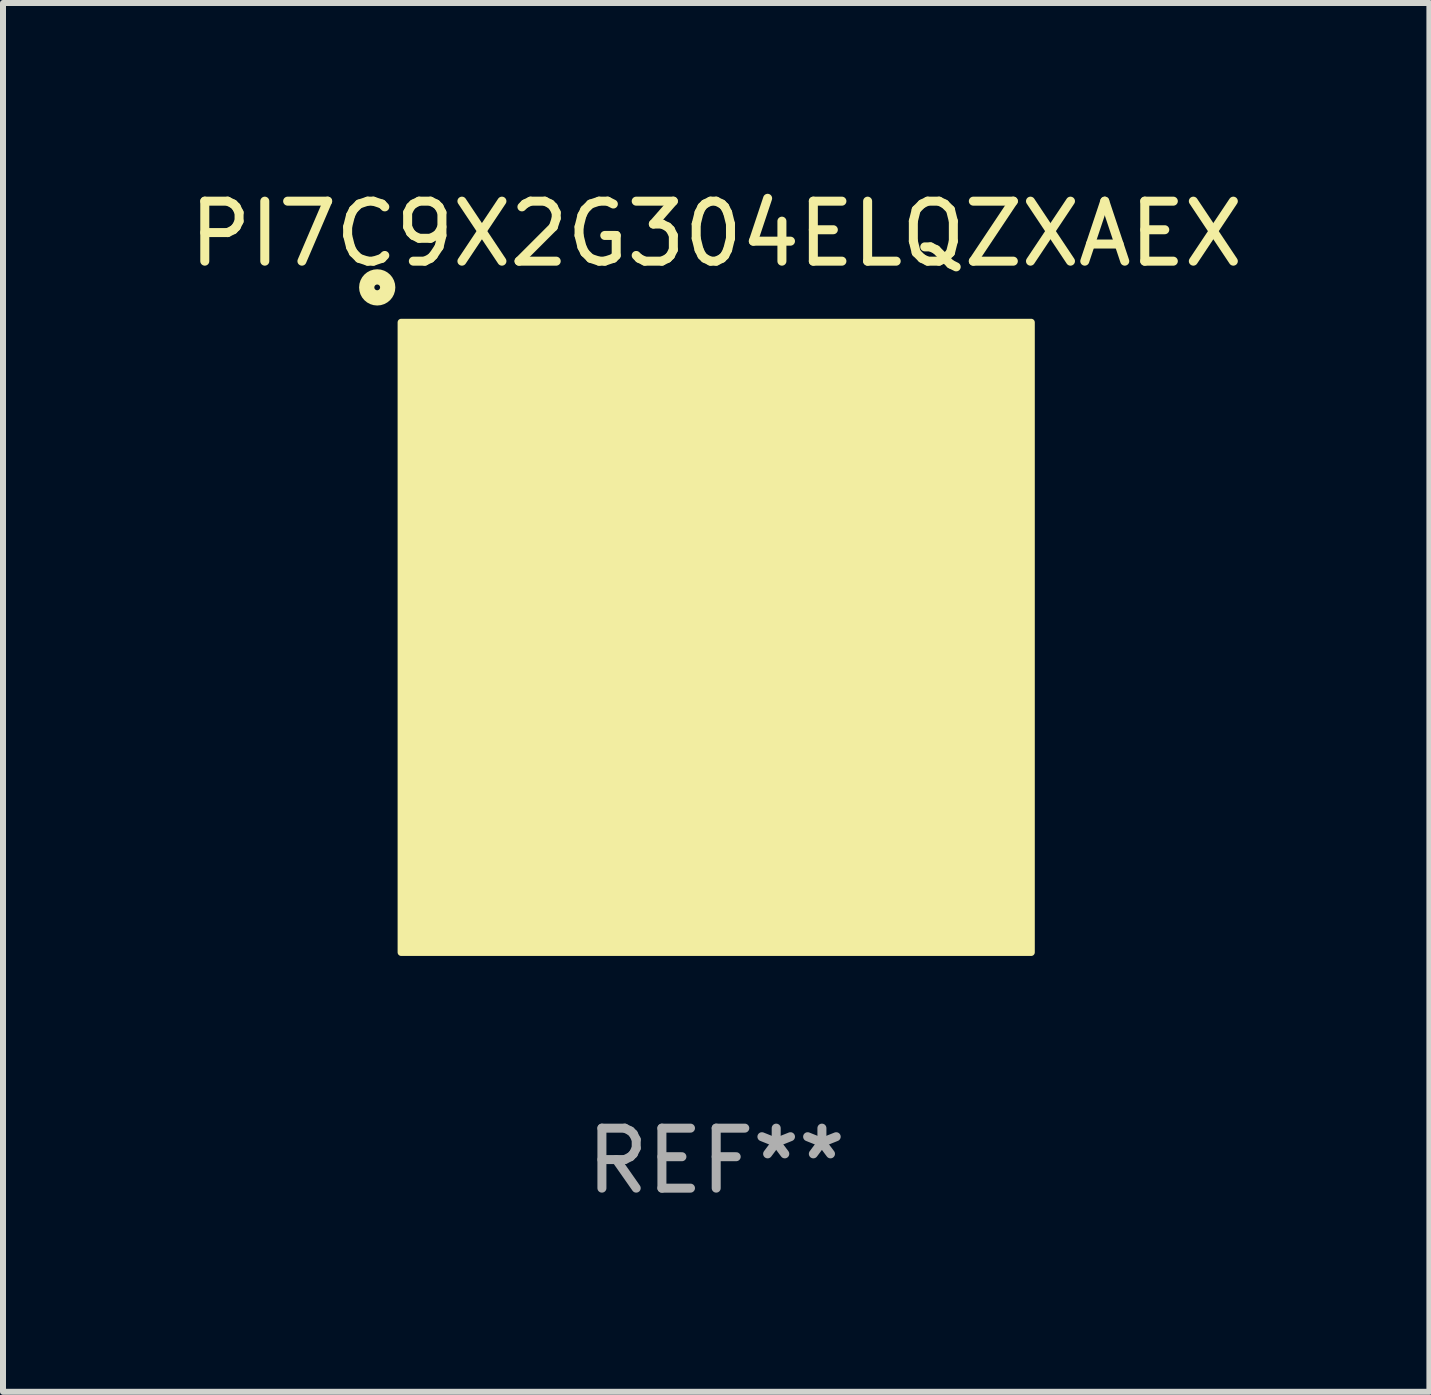
<source format=kicad_pcb>
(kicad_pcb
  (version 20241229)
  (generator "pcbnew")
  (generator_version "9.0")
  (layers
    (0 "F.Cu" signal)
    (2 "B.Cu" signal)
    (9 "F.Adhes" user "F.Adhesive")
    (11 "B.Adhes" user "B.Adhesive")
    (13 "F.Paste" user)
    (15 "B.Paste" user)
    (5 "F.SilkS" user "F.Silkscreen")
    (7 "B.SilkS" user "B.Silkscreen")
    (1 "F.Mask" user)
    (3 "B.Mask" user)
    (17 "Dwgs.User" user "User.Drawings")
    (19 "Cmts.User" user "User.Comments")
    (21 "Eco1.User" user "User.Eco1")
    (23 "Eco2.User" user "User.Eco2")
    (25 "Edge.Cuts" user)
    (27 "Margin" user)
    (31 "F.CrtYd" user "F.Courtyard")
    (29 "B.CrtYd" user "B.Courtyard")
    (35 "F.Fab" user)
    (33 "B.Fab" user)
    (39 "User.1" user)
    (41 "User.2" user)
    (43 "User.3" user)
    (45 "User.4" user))
  (footprint "PI7C9X2G304ELQZXAEX"
    (layer "F.Cu")
    (at 8.887 7.573)
    (property "Reference" "PI7C9X2G304ELQZXAEX" (at 0 -6.725 0) (layer "F.SilkS") (effects (font (size 1 1) (thickness 0.15))))
    (attr through_hole)
    (fp_circle (center -5.65 -5.833) (end -5.475 -5.833) (stroke (width 0.254) (type solid)) (fill no) (layer "F.SilkS"))
    (fp_circle (center -5 -5) (end -4.97 -5) (stroke (width 0.06) (type solid)) (fill no) (layer "F.SilkS"))
    (fp_poly (pts (xy -5.25 -5.25) (xy 5.25 -5.25) (xy 5.25 5.25) (xy -5.25 5.25)) (stroke (width 0.12) (type solid)) (fill yes) (layer "F.SilkS"))
    (fp_text user "REF**" (at 0 8.725 0) (layer "F.Fab") (effects (font (size 1 1) (thickness 0.15))))
    (pad "A1" smd rect (at -4.25 -4.725) (size 0.2 0.35) (layers "F.Cu" "F.Mask" "F.Paste"))
    (pad "A3" smd rect (at -3.75 -4.725) (size 0.2 0.35) (layers "F.Cu" "F.Mask" "F.Paste"))
    (pad "A5" smd rect (at -3.25 -4.725) (size 0.2 0.35) (layers "F.Cu" "F.Mask" "F.Paste"))
    (pad "A7" smd rect (at -2.75 -4.725) (size 0.2 0.35) (layers "F.Cu" "F.Mask" "F.Paste"))
    (pad "A9" smd rect (at -2.25 -4.725) (size 0.2 0.35) (layers "F.Cu" "F.Mask" "F.Paste"))
    (pad "A11" smd rect (at -1.75 -4.725) (size 0.2 0.35) (layers "F.Cu" "F.Mask" "F.Paste"))
    (pad "A13" smd rect (at -1.25 -4.725) (size 0.2 0.35) (layers "F.Cu" "F.Mask" "F.Paste"))
    (pad "A15" smd rect (at -0.75 -4.725) (size 0.2 0.35) (layers "F.Cu" "F.Mask" "F.Paste"))
    (pad "A17" smd rect (at -0.25 -4.725) (size 0.2 0.35) (layers "F.Cu" "F.Mask" "F.Paste"))
    (pad "A19" smd rect (at 0.25 -4.725) (size 0.2 0.35) (layers "F.Cu" "F.Mask" "F.Paste"))
    (pad "A21" smd rect (at 0.75 -4.725) (size 0.2 0.35) (layers "F.Cu" "F.Mask" "F.Paste"))
    (pad "A23" smd rect (at 1.25 -4.725) (size 0.2 0.35) (layers "F.Cu" "F.Mask" "F.Paste"))
    (pad "A25" smd rect (at 1.75 -4.725) (size 0.2 0.35) (layers "F.Cu" "F.Mask" "F.Paste"))
    (pad "A27" smd rect (at 2.25 -4.725) (size 0.2 0.35) (layers "F.Cu" "F.Mask" "F.Paste"))
    (pad "A29" smd rect (at 2.75 -4.725) (size 0.2 0.35) (layers "F.Cu" "F.Mask" "F.Paste"))
    (pad "A31" smd rect (at 3.25 -4.725) (size 0.2 0.35) (layers "F.Cu" "F.Mask" "F.Paste"))
    (pad "A33" smd rect (at 3.75 -4.725) (size 0.2 0.35) (layers "F.Cu" "F.Mask" "F.Paste"))
    (pad "A35" smd rect (at 4.25 -4.725) (size 0.2 0.35) (layers "F.Cu" "F.Mask" "F.Paste"))
    (pad "AA1" smd rect (at -4.725 0.75) (size 0.35 0.2) (layers "F.Cu" "F.Mask" "F.Paste"))
    (pad "AA35" smd rect (at 4.725 0.75 180) (size 0.35 0.2) (layers "F.Cu" "F.Mask" "F.Paste"))
    (pad "AB2" smd rect (at -4.175 1) (size 0.35 0.2) (layers "F.Cu" "F.Mask" "F.Paste"))
    (pad "AB34" smd rect (at 4.175 1) (size 0.35 0.2) (layers "F.Cu" "F.Mask" "F.Paste"))
    (pad "AC1" smd rect (at -4.725 1.25) (size 0.35 0.2) (layers "F.Cu" "F.Mask" "F.Paste"))
    (pad "AC35" smd rect (at 4.725 1.25 180) (size 0.35 0.2) (layers "F.Cu" "F.Mask" "F.Paste"))
    (pad "AD2" smd rect (at -4.175 1.5) (size 0.35 0.2) (layers "F.Cu" "F.Mask" "F.Paste"))
    (pad "AD34" smd rect (at 4.175 1.5) (size 0.35 0.2) (layers "F.Cu" "F.Mask" "F.Paste"))
    (pad "AE1" smd rect (at -4.725 1.75) (size 0.35 0.2) (layers "F.Cu" "F.Mask" "F.Paste"))
    (pad "AE35" smd rect (at 4.725 1.75 180) (size 0.35 0.2) (layers "F.Cu" "F.Mask" "F.Paste"))
    (pad "AF2" smd rect (at -4.175 2) (size 0.35 0.2) (layers "F.Cu" "F.Mask" "F.Paste"))
    (pad "AF34" smd rect (at 4.175 2) (size 0.35 0.2) (layers "F.Cu" "F.Mask" "F.Paste"))
    (pad "AG1" smd rect (at -4.725 2.25) (size 0.35 0.2) (layers "F.Cu" "F.Mask" "F.Paste"))
    (pad "AG35" smd rect (at 4.725 2.25 180) (size 0.35 0.2) (layers "F.Cu" "F.Mask" "F.Paste"))
    (pad "AH2" smd rect (at -4.175 2.5) (size 0.35 0.2) (layers "F.Cu" "F.Mask" "F.Paste"))
    (pad "AH34" smd rect (at 4.175 2.5) (size 0.35 0.2) (layers "F.Cu" "F.Mask" "F.Paste"))
    (pad "AJ1" smd rect (at -4.725 2.75) (size 0.35 0.2) (layers "F.Cu" "F.Mask" "F.Paste"))
    (pad "AJ35" smd rect (at 4.725 2.75 180) (size 0.35 0.2) (layers "F.Cu" "F.Mask" "F.Paste"))
    (pad "AK2" smd rect (at -4.175 3) (size 0.35 0.2) (layers "F.Cu" "F.Mask" "F.Paste"))
    (pad "AK34" smd rect (at 4.175 3) (size 0.35 0.2) (layers "F.Cu" "F.Mask" "F.Paste"))
    (pad "AL1" smd rect (at -4.725 3.25) (size 0.35 0.2) (layers "F.Cu" "F.Mask" "F.Paste"))
    (pad "AL35" smd rect (at 4.725 3.25 180) (size 0.35 0.2) (layers "F.Cu" "F.Mask" "F.Paste"))
    (pad "AM2" smd rect (at -4.175 3.5) (size 0.35 0.2) (layers "F.Cu" "F.Mask" "F.Paste"))
    (pad "AM34" smd rect (at 4.175 3.5) (size 0.35 0.2) (layers "F.Cu" "F.Mask" "F.Paste"))
    (pad "AN1" smd rect (at -4.725 3.75) (size 0.35 0.2) (layers "F.Cu" "F.Mask" "F.Paste"))
    (pad "AN35" smd rect (at 4.725 3.75 180) (size 0.35 0.2) (layers "F.Cu" "F.Mask" "F.Paste"))
    (pad "AP1" smd rect (at -4.725 4.25) (size 0.35 0.2) (layers "F.Cu" "F.Mask" "F.Paste"))
    (pad "AP2" smd rect (at -4 4.175 180) (size 0.2 0.35) (layers "F.Cu" "F.Mask" "F.Paste"))
    (pad "AP4" smd rect (at -3.5 4.175 180) (size 0.2 0.35) (layers "F.Cu" "F.Mask" "F.Paste"))
    (pad "AP6" smd rect (at -3 4.175 180) (size 0.2 0.35) (layers "F.Cu" "F.Mask" "F.Paste"))
    (pad "AP8" smd rect (at -2.5 4.175 180) (size 0.2 0.35) (layers "F.Cu" "F.Mask" "F.Paste"))
    (pad "AP10" smd rect (at -2 4.175 180) (size 0.2 0.35) (layers "F.Cu" "F.Mask" "F.Paste"))
    (pad "AP12" smd rect (at -1.5 4.175 180) (size 0.2 0.35) (layers "F.Cu" "F.Mask" "F.Paste"))
    (pad "AP14" smd rect (at -1 4.175 180) (size 0.2 0.35) (layers "F.Cu" "F.Mask" "F.Paste"))
    (pad "AP16" smd rect (at -0.5 4.175 180) (size 0.2 0.35) (layers "F.Cu" "F.Mask" "F.Paste"))
    (pad "AP18" smd rect (at 0 4.175 180) (size 0.2 0.35) (layers "F.Cu" "F.Mask" "F.Paste"))
    (pad "AP20" smd rect (at 0.5 4.175 180) (size 0.2 0.35) (layers "F.Cu" "F.Mask" "F.Paste"))
    (pad "AP22" smd rect (at 1 4.175 180) (size 0.2 0.35) (layers "F.Cu" "F.Mask" "F.Paste"))
    (pad "AP24" smd rect (at 1.5 4.175 180) (size 0.2 0.35) (layers "F.Cu" "F.Mask" "F.Paste"))
    (pad "AP26" smd rect (at 2 4.175 180) (size 0.2 0.35) (layers "F.Cu" "F.Mask" "F.Paste"))
    (pad "AP28" smd rect (at 2.5 4.175 180) (size 0.2 0.35) (layers "F.Cu" "F.Mask" "F.Paste"))
    (pad "AP30" smd rect (at 3 4.175 180) (size 0.2 0.35) (layers "F.Cu" "F.Mask" "F.Paste"))
    (pad "AP32" smd rect (at 3.5 4.175 180) (size 0.2 0.35) (layers "F.Cu" "F.Mask" "F.Paste"))
    (pad "AP34" smd rect (at 4 4.175 180) (size 0.2 0.35) (layers "F.Cu" "F.Mask" "F.Paste"))
    (pad "AP35" smd rect (at 4.725 4.25 180) (size 0.35 0.2) (layers "F.Cu" "F.Mask" "F.Paste"))
    (pad "AR1" smd rect (at -4.25 4.725) (size 0.2 0.35) (layers "F.Cu" "F.Mask" "F.Paste"))
    (pad "AR3" smd rect (at -3.75 4.725) (size 0.2 0.35) (layers "F.Cu" "F.Mask" "F.Paste"))
    (pad "AR5" smd rect (at -3.25 4.725) (size 0.2 0.35) (layers "F.Cu" "F.Mask" "F.Paste"))
    (pad "AR7" smd rect (at -2.75 4.725) (size 0.2 0.35) (layers "F.Cu" "F.Mask" "F.Paste"))
    (pad "AR9" smd rect (at -2.25 4.725) (size 0.2 0.35) (layers "F.Cu" "F.Mask" "F.Paste"))
    (pad "AR11" smd rect (at -1.75 4.725) (size 0.2 0.35) (layers "F.Cu" "F.Mask" "F.Paste"))
    (pad "AR13" smd rect (at -1.25 4.725) (size 0.2 0.35) (layers "F.Cu" "F.Mask" "F.Paste"))
    (pad "AR15" smd rect (at -0.75 4.725) (size 0.2 0.35) (layers "F.Cu" "F.Mask" "F.Paste"))
    (pad "AR17" smd rect (at -0.25 4.725) (size 0.2 0.35) (layers "F.Cu" "F.Mask" "F.Paste"))
    (pad "AR19" smd rect (at 0.25 4.725) (size 0.2 0.35) (layers "F.Cu" "F.Mask" "F.Paste"))
    (pad "AR21" smd rect (at 0.75 4.725) (size 0.2 0.35) (layers "F.Cu" "F.Mask" "F.Paste"))
    (pad "AR23" smd rect (at 1.25 4.725) (size 0.2 0.35) (layers "F.Cu" "F.Mask" "F.Paste"))
    (pad "AR25" smd rect (at 1.75 4.725) (size 0.2 0.35) (layers "F.Cu" "F.Mask" "F.Paste"))
    (pad "AR27" smd rect (at 2.25 4.725) (size 0.2 0.35) (layers "F.Cu" "F.Mask" "F.Paste"))
    (pad "AR29" smd rect (at 2.75 4.725) (size 0.2 0.35) (layers "F.Cu" "F.Mask" "F.Paste"))
    (pad "AR31" smd rect (at 3.25 4.725) (size 0.2 0.35) (layers "F.Cu" "F.Mask" "F.Paste"))
    (pad "AR33" smd rect (at 3.75 4.725) (size 0.2 0.35) (layers "F.Cu" "F.Mask" "F.Paste"))
    (pad "AR35" smd rect (at 4.25 4.725) (size 0.2 0.35) (layers "F.Cu" "F.Mask" "F.Paste"))
    (pad "B" smd rect (at 0 3.3) (size 6 0.2) (layers "F.Cu" "F.Mask" "F.Paste"))
    (pad "B1" smd rect (at -4.725 -4.25) (size 0.35 0.2) (layers "F.Cu" "F.Mask" "F.Paste"))
    (pad "B2" smd rect (at -4 -4.175) (size 0.2 0.35) (layers "F.Cu" "F.Mask" "F.Paste"))
    (pad "B4" smd rect (at -3.5 -4.175) (size 0.2 0.35) (layers "F.Cu" "F.Mask" "F.Paste"))
    (pad "B6" smd rect (at -3 -4.175) (size 0.2 0.35) (layers "F.Cu" "F.Mask" "F.Paste"))
    (pad "B8" smd rect (at -2.5 -4.175) (size 0.2 0.35) (layers "F.Cu" "F.Mask" "F.Paste"))
    (pad "B10" smd rect (at -2 -4.175) (size 0.2 0.35) (layers "F.Cu" "F.Mask" "F.Paste"))
    (pad "B12" smd rect (at -1.5 -4.175) (size 0.2 0.35) (layers "F.Cu" "F.Mask" "F.Paste"))
    (pad "B14" smd rect (at -1 -4.175) (size 0.2 0.35) (layers "F.Cu" "F.Mask" "F.Paste"))
    (pad "B16" smd rect (at -0.5 -4.175) (size 0.2 0.35) (layers "F.Cu" "F.Mask" "F.Paste"))
    (pad "B18" smd rect (at 0 -4.175) (size 0.2 0.35) (layers "F.Cu" "F.Mask" "F.Paste"))
    (pad "B20" smd rect (at 0.5 -4.175) (size 0.2 0.35) (layers "F.Cu" "F.Mask" "F.Paste"))
    (pad "B22" smd rect (at 1 -4.175) (size 0.2 0.35) (layers "F.Cu" "F.Mask" "F.Paste"))
    (pad "B24" smd rect (at 1.5 -4.175) (size 0.2 0.35) (layers "F.Cu" "F.Mask" "F.Paste"))
    (pad "B26" smd rect (at 2 -4.175) (size 0.2 0.35) (layers "F.Cu" "F.Mask" "F.Paste"))
    (pad "B28" smd rect (at 2.5 -4.175) (size 0.2 0.35) (layers "F.Cu" "F.Mask" "F.Paste"))
    (pad "B30" smd rect (at 3 -4.175) (size 0.2 0.35) (layers "F.Cu" "F.Mask" "F.Paste"))
    (pad "B32" smd rect (at 3.5 -4.175) (size 0.2 0.35) (layers "F.Cu" "F.Mask" "F.Paste"))
    (pad "B34" smd rect (at 4 -4.175) (size 0.2 0.35) (layers "F.Cu" "F.Mask" "F.Paste"))
    (pad "B35" smd rect (at 4.725 -4.25 180) (size 0.35 0.2) (layers "F.Cu" "F.Mask" "F.Paste"))
    (pad "C1" smd rect (at -4.725 -3.75) (size 0.35 0.2) (layers "F.Cu" "F.Mask" "F.Paste"))
    (pad "C35" smd rect (at 4.725 -3.75 180) (size 0.35 0.2) (layers "F.Cu" "F.Mask" "F.Paste"))
    (pad "D2" smd rect (at -4.175 -3.5) (size 0.35 0.2) (layers "F.Cu" "F.Mask" "F.Paste"))
    (pad "D34" smd rect (at 4.175 -3.5) (size 0.35 0.2) (layers "F.Cu" "F.Mask" "F.Paste"))
    (pad "E1" smd rect (at -4.725 -3.25) (size 0.35 0.2) (layers "F.Cu" "F.Mask" "F.Paste"))
    (pad "E35" smd rect (at 4.725 -3.25 180) (size 0.35 0.2) (layers "F.Cu" "F.Mask" "F.Paste"))
    (pad "F2" smd rect (at -4.175 -3) (size 0.35 0.2) (layers "F.Cu" "F.Mask" "F.Paste"))
    (pad "F34" smd rect (at 4.175 -3) (size 0.35 0.2) (layers "F.Cu" "F.Mask" "F.Paste"))
    (pad "G1" smd rect (at -4.725 -2.75) (size 0.35 0.2) (layers "F.Cu" "F.Mask" "F.Paste"))
    (pad "G35" smd rect (at 4.725 -2.75 180) (size 0.35 0.2) (layers "F.Cu" "F.Mask" "F.Paste"))
    (pad "GND" smd rect (at 0 -0.000127) (size 6 6) (layers "F.Cu" "F.Mask" "F.Paste"))
    (pad "H2" smd rect (at -4.175 -2.5) (size 0.35 0.2) (layers "F.Cu" "F.Mask" "F.Paste"))
    (pad "H34" smd rect (at 4.175 -2.5) (size 0.35 0.2) (layers "F.Cu" "F.Mask" "F.Paste"))
    (pad "J1" smd rect (at -4.725 -2.25) (size 0.35 0.2) (layers "F.Cu" "F.Mask" "F.Paste"))
    (pad "J35" smd rect (at 4.725 -2.25 180) (size 0.35 0.2) (layers "F.Cu" "F.Mask" "F.Paste"))
    (pad "K2" smd rect (at -4.175 -2) (size 0.35 0.2) (layers "F.Cu" "F.Mask" "F.Paste"))
    (pad "K34" smd rect (at 4.175 -2) (size 0.35 0.2) (layers "F.Cu" "F.Mask" "F.Paste"))
    (pad "L" smd rect (at 3.3 -0.000127) (size 0.2 6) (layers "F.Cu" "F.Mask" "F.Paste"))
    (pad "L1" smd rect (at -4.725 -1.75) (size 0.35 0.2) (layers "F.Cu" "F.Mask" "F.Paste"))
    (pad "L35" smd rect (at 4.725 -1.75 180) (size 0.35 0.2) (layers "F.Cu" "F.Mask" "F.Paste"))
    (pad "M2" smd rect (at -4.175 -1.5) (size 0.35 0.2) (layers "F.Cu" "F.Mask" "F.Paste"))
    (pad "M34" smd rect (at 4.175 -1.5) (size 0.35 0.2) (layers "F.Cu" "F.Mask" "F.Paste"))
    (pad "N1" smd rect (at -4.725 -1.25) (size 0.35 0.2) (layers "F.Cu" "F.Mask" "F.Paste"))
    (pad "N35" smd rect (at 4.725 -1.25 180) (size 0.35 0.2) (layers "F.Cu" "F.Mask" "F.Paste"))
    (pad "P2" smd rect (at -4.175 -1) (size 0.35 0.2) (layers "F.Cu" "F.Mask" "F.Paste"))
    (pad "P34" smd rect (at 4.175 -1) (size 0.35 0.2) (layers "F.Cu" "F.Mask" "F.Paste"))
    (pad "R" smd rect (at -3.3 -0.000127) (size 0.2 6) (layers "F.Cu" "F.Mask" "F.Paste"))
    (pad "R1" smd rect (at -4.725 -0.75) (size 0.35 0.2) (layers "F.Cu" "F.Mask" "F.Paste"))
    (pad "R35" smd rect (at 4.725 -0.75 180) (size 0.35 0.2) (layers "F.Cu" "F.Mask" "F.Paste"))
    (pad "T" smd rect (at 0 -3.3) (size 6 0.2) (layers "F.Cu" "F.Mask" "F.Paste"))
    (pad "T2" smd rect (at -4.175 -0.5) (size 0.35 0.2) (layers "F.Cu" "F.Mask" "F.Paste"))
    (pad "T34" smd rect (at 4.175 -0.5) (size 0.35 0.2) (layers "F.Cu" "F.Mask" "F.Paste"))
    (pad "U1" smd rect (at -4.725 -0.25) (size 0.35 0.2) (layers "F.Cu" "F.Mask" "F.Paste"))
    (pad "U35" smd rect (at 4.725 -0.25 180) (size 0.35 0.2) (layers "F.Cu" "F.Mask" "F.Paste"))
    (pad "V2" smd rect (at -4.175 -0.000127) (size 0.35 0.2) (layers "F.Cu" "F.Mask" "F.Paste"))
    (pad "V34" smd rect (at 4.175 -0.000127) (size 0.35 0.2) (layers "F.Cu" "F.Mask" "F.Paste"))
    (pad "W1" smd rect (at -4.725 0.25) (size 0.35 0.2) (layers "F.Cu" "F.Mask" "F.Paste"))
    (pad "W35" smd rect (at 4.725 0.25 180) (size 0.35 0.2) (layers "F.Cu" "F.Mask" "F.Paste"))
    (pad "Y2" smd rect (at -4.175 0.5) (size 0.35 0.2) (layers "F.Cu" "F.Mask" "F.Paste"))
    (pad "Y34" smd rect (at 4.175 0.5) (size 0.35 0.2) (layers "F.Cu" "F.Mask" "F.Paste")))
  (gr_rect
    (start -3 -3)
    (end 20.774 20.147)
    (stroke (width 0.1) (type default))
    (fill no)
    (layer "Edge.Cuts")))
</source>
